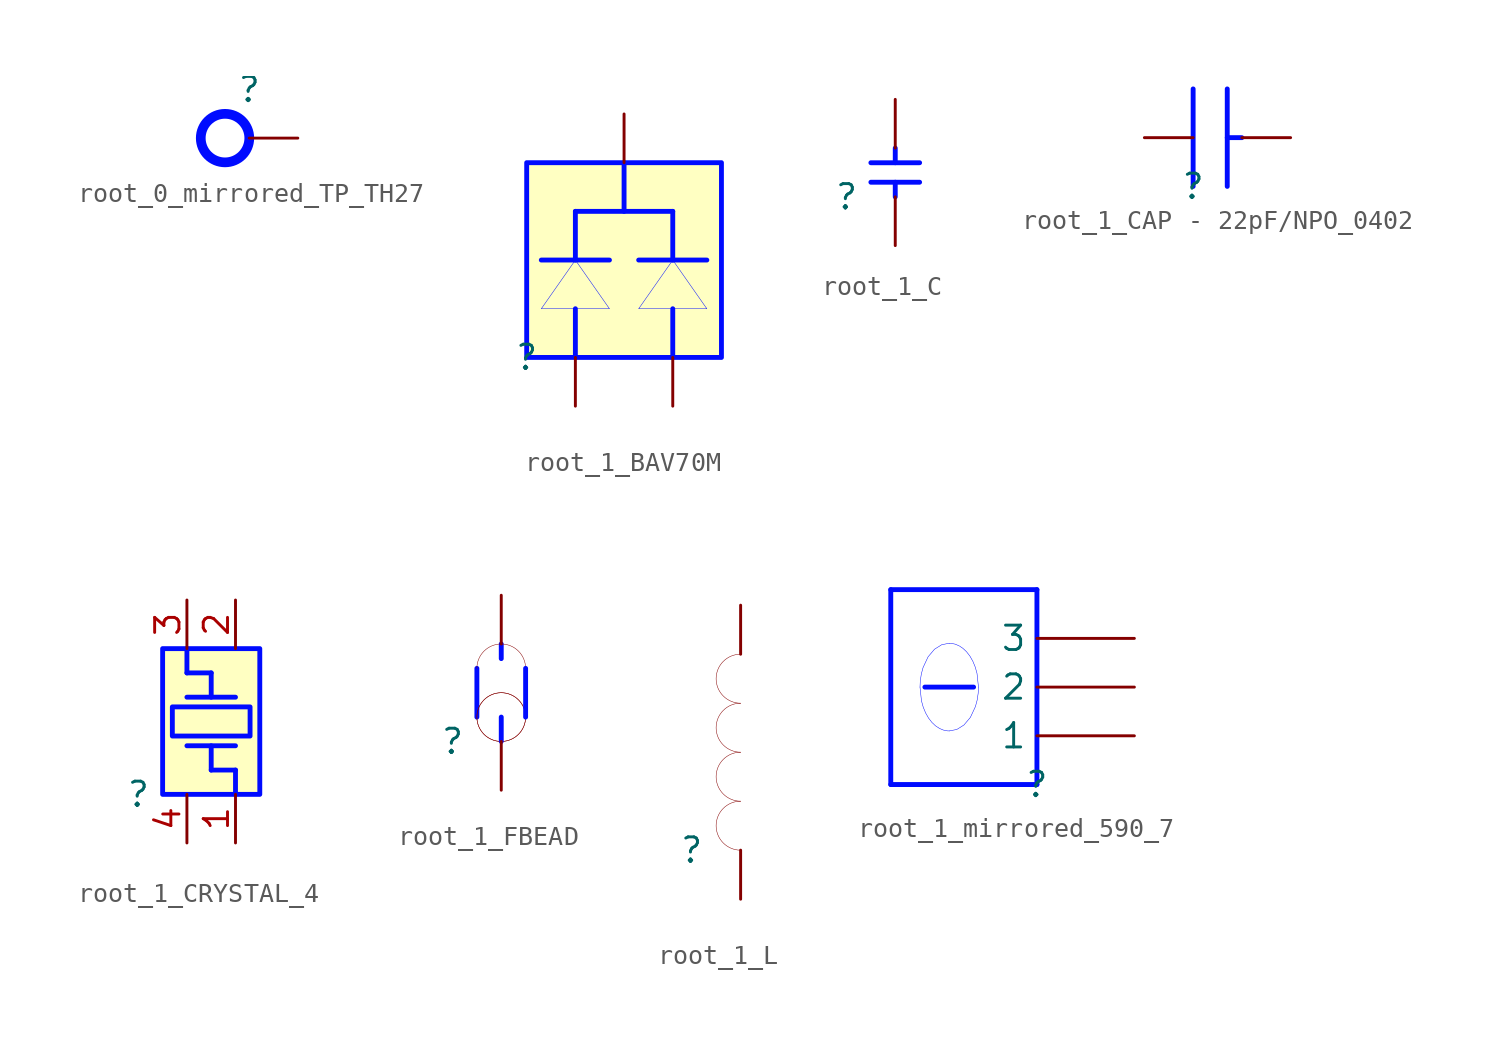
<source format=kicad_sym>
(kicad_symbol_lib
  (version 20231120)
  (generator "kicad_symbol_editor")
  (generator_version "8.0")
  (symbol "root_0_mirrored_TP_TH27"
    (property "Reference" ""
      (at 0 0 0)
      (effects (font (size 1.27 1.27))))
    (property "Value" ""
      (at 0 0 0)
      (effects (font (size 1.27 1.27))))
    (symbol "root_0_mirrored_TP_TH27_1_0"
      (circle (center -1.27 -2.54) (radius 1.27) (stroke (width 0.508) (type solid) (color 0 11 255 1)) (fill (type none)))
      (pin passive line (at 2.54 -2.54 180) (length 2.54) (name "1" (effects (font (size 0 0)))) (number "1" (effects (font (size 0 0)))))))
  (symbol "root_1_BAV70M"
    (property "Reference" ""
      (at 0 0 0)
      (effects (font (size 1.27 1.27))))
    (property "Value" ""
      (at 0 0 0)
      (effects (font (size 1.27 1.27))))
    (symbol "root_1_BAV70M_1_0"
      (polyline (pts (xy 0.762 5.08) (xy 4.318 5.08)) (stroke (width 0.254) (type solid) (color 0 11 255 1)) (fill (type none)))
      (polyline (pts (xy 2.54 0) (xy 2.54 2.54)) (stroke (width 0.254) (type solid) (color 0 11 255 1)) (fill (type none)))
      (polyline (pts (xy 2.54 5.08) (xy 2.54 7.62)) (stroke (width 0.254) (type solid) (color 0 11 255 1)) (fill (type none)))
      (polyline (pts (xy 5.08 7.62) (xy 5.08 10.16)) (stroke (width 0.254) (type solid) (color 0 11 255 1)) (fill (type none)))
      (polyline (pts (xy 5.842 5.08) (xy 9.398 5.08)) (stroke (width 0.254) (type solid) (color 0 11 255 1)) (fill (type none)))
      (polyline (pts (xy 7.62 0) (xy 7.62 2.54)) (stroke (width 0.254) (type solid) (color 0 11 255 1)) (fill (type none)))
      (polyline (pts (xy 7.62 5.08) (xy 7.62 7.62)) (stroke (width 0.254) (type solid) (color 0 11 255 1)) (fill (type none)))
      (polyline (pts (xy 7.62 7.62) (xy 2.54 7.62)) (stroke (width 0.254) (type solid) (color 0 11 255 1)) (fill (type none)))
      (polyline (pts (xy 2.54 5.08) (xy 2.54 5.08) (xy 4.318 2.54) (xy 0.762 2.54) (xy 2.54 5.08) (xy 2.54 5.08)) (stroke (width 0.025) (type solid) (color 0 11 255 1)) (fill (type color) (color 0 0 255 1)))
      (polyline (pts (xy 7.62 5.08) (xy 7.62 5.08) (xy 9.398 2.54) (xy 5.842 2.54) (xy 7.62 5.08) (xy 7.62 5.08)) (stroke (width 0.025) (type solid) (color 0 11 255 1)) (fill (type color) (color 0 0 255 1)))
      (rectangle (start 10.16 10.16) (end 0 0) (stroke (width 0.254) (type solid) (color 0 11 255 1)) (fill (type background)))
      (pin passive line (at 2.54 -2.54 90) (length 2.54) (name "1" (effects (font (size 0 0)))) (number "1" (effects (font (size 0 0)))))
      (pin passive line (at 7.62 -2.54 90) (length 2.54) (name "2" (effects (font (size 0 0)))) (number "2" (effects (font (size 0 0)))))
      (pin passive line (at 5.08 12.7 270) (length 2.54) (name "3" (effects (font (size 0 0)))) (number "3" (effects (font (size 0 0)))))))
  (symbol "root_1_C"
    (property "Reference" ""
      (at 0 0 0)
      (effects (font (size 1.27 1.27))))
    (property "Value" ""
      (at 0 0 0)
      (effects (font (size 1.27 1.27))))
    (symbol "root_1_C_1_0"
      (polyline (pts (xy 1.27 0.762) (xy 3.81 0.762)) (stroke (width 0.254) (type solid) (color 0 11 255 1)) (fill (type none)))
      (polyline (pts (xy 1.27 1.778) (xy 3.81 1.778)) (stroke (width 0.254) (type solid) (color 0 11 255 1)) (fill (type none)))
      (polyline (pts (xy 2.54 0) (xy 2.54 0.762)) (stroke (width 0.254) (type solid) (color 0 11 255 1)) (fill (type none)))
      (polyline (pts (xy 2.54 1.778) (xy 2.54 2.54)) (stroke (width 0.254) (type solid) (color 0 11 255 1)) (fill (type none)))
      (pin passive line (at 2.54 -2.54 90) (length 2.54) (name "1" (effects (font (size 0 0)))) (number "1" (effects (font (size 0 0)))))
      (pin passive line (at 2.54 5.08 270) (length 2.54) (name "2" (effects (font (size 0 0)))) (number "2" (effects (font (size 0 0)))))))
  (symbol "root_1_CAP - 22pF/NPO_0402"
    (property "Reference" ""
      (at 0 0 0)
      (effects (font (size 1.27 1.27))))
    (property "Value" ""
      (at 0 0 0)
      (effects (font (size 1.27 1.27))))
    (symbol "root_1_CAP - 22pF/NPO_0402_1_0"
      (polyline (pts (xy 0 0) (xy 0 5.08)) (stroke (width 0.254) (type solid) (color 0 11 255 1)) (fill (type none)))
      (polyline (pts (xy 1.778 0) (xy 1.778 5.08)) (stroke (width 0.254) (type solid) (color 0 11 255 1)) (fill (type none)))
      (polyline (pts (xy 1.778 2.54) (xy 2.54 2.54)) (stroke (width 0.254) (type solid) (color 0 11 255 1)) (fill (type none)))
      (pin passive line (at -2.54 2.54 0) (length 2.54) (name "1" (effects (font (size 0 0)))) (number "1" (effects (font (size 0 0)))))
      (pin passive line (at 5.08 2.54 180) (length 2.54) (name "2" (effects (font (size 0 0)))) (number "2" (effects (font (size 0 0)))))))
  (symbol "root_1_CRYSTAL_4"
    (property "Reference" ""
      (at 0 0 0)
      (effects (font (size 1.27 1.27))))
    (property "Value" ""
      (at 0 0 0)
      (effects (font (size 1.27 1.27))))
    (symbol "root_1_CRYSTAL_4_1_0"
      (polyline (pts (xy 2.54 2.54) (xy 5.08 2.54)) (stroke (width 0.254) (type solid) (color 0 11 255 1)) (fill (type none)))
      (polyline (pts (xy 2.54 5.08) (xy 5.08 5.08)) (stroke (width 0.254) (type solid) (color 0 11 255 1)) (fill (type none)))
      (polyline (pts (xy 2.54 6.35) (xy 2.54 7.62)) (stroke (width 0.254) (type solid) (color 0 11 255 1)) (fill (type none)))
      (polyline (pts (xy 3.81 1.27) (xy 3.81 2.54)) (stroke (width 0.254) (type solid) (color 0 11 255 1)) (fill (type none)))
      (polyline (pts (xy 3.81 5.08) (xy 3.81 6.35)) (stroke (width 0.254) (type solid) (color 0 11 255 1)) (fill (type none)))
      (polyline (pts (xy 3.81 6.35) (xy 2.54 6.35)) (stroke (width 0.254) (type solid) (color 0 11 255 1)) (fill (type none)))
      (polyline (pts (xy 5.08 0) (xy 5.08 1.27)) (stroke (width 0.254) (type solid) (color 0 11 255 1)) (fill (type none)))
      (polyline (pts (xy 5.08 1.27) (xy 3.81 1.27)) (stroke (width 0.254) (type solid) (color 0 11 255 1)) (fill (type none)))
      (rectangle (start 5.842 4.572) (end 1.778 3.048) (stroke (width 0.254) (type solid) (color 0 11 255 1)) (fill (type background)))
      (rectangle (start 6.35 7.62) (end 1.27 0) (stroke (width 0.254) (type solid) (color 0 11 255 1)) (fill (type background)))
      (pin passive line (at 5.08 -2.54 90) (length 2.54) (name "1" (effects (font (size 0 0)))) (number "1" (effects (font (size 1.27 1.27)))))
      (pin passive line (at 5.08 10.16 270) (length 2.54) (name "2" (effects (font (size 0 0)))) (number "2" (effects (font (size 1.27 1.27)))))
      (pin passive line (at 2.54 10.16 270) (length 2.54) (name "3" (effects (font (size 0 0)))) (number "3" (effects (font (size 1.27 1.27)))))
      (pin passive line (at 2.54 -2.54 90) (length 2.54) (name "4" (effects (font (size 0 0)))) (number "4" (effects (font (size 1.27 1.27)))))))
  (symbol "root_1_FBEAD"
    (property "Reference" ""
      (at 0 0 0)
      (effects (font (size 1.27 1.27))))
    (property "Value" ""
      (at 0 0 0)
      (effects (font (size 1.27 1.27))))
    (symbol "root_1_FBEAD_1_0"
      (polyline (pts (xy 1.27 1.27) (xy 1.27 3.81)) (stroke (width 0.254) (type solid) (color 0 11 255 1)) (fill (type none)))
      (polyline (pts (xy 2.54 0) (xy 2.54 1.27)) (stroke (width 0.254) (type solid) (color 0 11 255 1)) (fill (type none)))
      (polyline (pts (xy 2.54 4.318) (xy 2.54 5.08)) (stroke (width 0.254) (type solid) (color 0 11 255 1)) (fill (type none)))
      (polyline (pts (xy 3.81 1.27) (xy 3.81 3.81)) (stroke (width 0.254) (type solid) (color 0 11 255 1)) (fill (type none)))
      (arc (start 1.27 1.27) (mid 2.54 0) (end 3.81 1.27) (stroke (width 0.0254) (type solid)) (fill (type none)))
      (circle (center 2.54 1.27) (radius 1.27) (stroke (width 0.025) (type solid)) (fill (type none)))
      (arc (start 3.81 1.27) (mid 2.54 2.54) (end 1.27 1.27) (stroke (width 0.0254) (type solid)) (fill (type none)))
      (arc (start 3.81 3.81) (mid 2.54 5.08) (end 1.27 3.81) (stroke (width 0.0254) (type solid)) (fill (type none)))
      (pin passive line (at 2.54 -2.54 90) (length 2.54) (name "1" (effects (font (size 0 0)))) (number "1" (effects (font (size 0 0)))))
      (pin passive line (at 2.54 7.62 270) (length 2.54) (name "2" (effects (font (size 0 0)))) (number "2" (effects (font (size 0 0)))))))
  (symbol "root_1_L"
    (property "Reference" ""
      (at 0 0 0)
      (effects (font (size 1.27 1.27))))
    (property "Value" ""
      (at 0 0 0)
      (effects (font (size 1.27 1.27))))
    (symbol "root_1_L_1_0"
      (arc (start 2.54 2.54) (mid 1.27 1.27) (end 2.54 0) (stroke (width 0.0254) (type solid)) (fill (type none)))
      (arc (start 2.54 5.08) (mid 1.27 3.81) (end 2.54 2.54) (stroke (width 0.0254) (type solid)) (fill (type none)))
      (arc (start 2.54 7.62) (mid 1.27 6.35) (end 2.54 5.08) (stroke (width 0.0254) (type solid)) (fill (type none)))
      (arc (start 2.54 10.16) (mid 1.27 8.89) (end 2.54 7.62) (stroke (width 0.0254) (type solid)) (fill (type none)))
      (pin passive line (at 2.54 -2.54 90) (length 2.54) (name "1" (effects (font (size 0 0)))) (number "1" (effects (font (size 0 0)))))
      (pin passive line (at 2.54 12.7 270) (length 2.54) (name "2" (effects (font (size 0 0)))) (number "2" (effects (font (size 0 0)))))))
  (symbol "root_1_mirrored_590_7"
    (property "Reference" ""
      (at 0 0 0)
      (effects (font (size 1.27 1.27))))
    (property "Value" ""
      (at 0 0 0)
      (effects (font (size 1.27 1.27))))
    (symbol "root_1_mirrored_590_7_1_0"
      (bezier (pts (xy -6.096 5.08) (xy -6.096 3.817) (xy -5.414 2.794) (xy -4.572 2.794)) (stroke (width 0.025) (type solid) (color 0 11 255 1)) (fill (type none)))
      (bezier (pts (xy -4.572 2.794) (xy -3.73 2.794) (xy -3.048 3.817) (xy -3.048 5.08)) (stroke (width 0.025) (type solid) (color 0 11 255 1)) (fill (type none)))
      (bezier (pts (xy -4.572 7.366) (xy -5.414 7.366) (xy -6.096 6.343) (xy -6.096 5.08)) (stroke (width 0.025) (type solid) (color 0 11 255 1)) (fill (type none)))
      (bezier (pts (xy -3.048 5.08) (xy -3.048 6.343) (xy -3.73 7.366) (xy -4.572 7.366)) (stroke (width 0.025) (type solid) (color 0 11 255 1)) (fill (type none)))
      (polyline (pts (xy -7.62 10.16) (xy -7.62 0)) (stroke (width 0.254) (type solid) (color 0 11 255 1)) (fill (type none)))
      (polyline (pts (xy -7.62 10.16) (xy 0 10.16)) (stroke (width 0.254) (type solid) (color 0 11 255 1)) (fill (type none)))
      (polyline (pts (xy -5.842 5.08) (xy -3.302 5.08)) (stroke (width 0.254) (type solid) (color 0 11 255 1)) (fill (type none)))
      (polyline (pts (xy 0 0) (xy -7.62 0)) (stroke (width 0.254) (type solid) (color 0 11 255 1)) (fill (type none)))
      (polyline (pts (xy 0 0) (xy 0 10.16)) (stroke (width 0.254) (type solid) (color 0 11 255 1)) (fill (type none)))
      (pin passive line (at 5.08 2.54 180) (length 5.08) (name "1" (effects (font (size 1.27 1.27)))) (number "1" (effects (font (size 0 0)))))
      (pin passive line (at 5.08 5.08 180) (length 5.08) (name "2" (effects (font (size 1.27 1.27)))) (number "2" (effects (font (size 0 0)))))
      (pin passive line (at 5.08 7.62 180) (length 5.08) (name "3" (effects (font (size 1.27 1.27)))) (number "3" (effects (font (size 0 0))))))))
</source>
